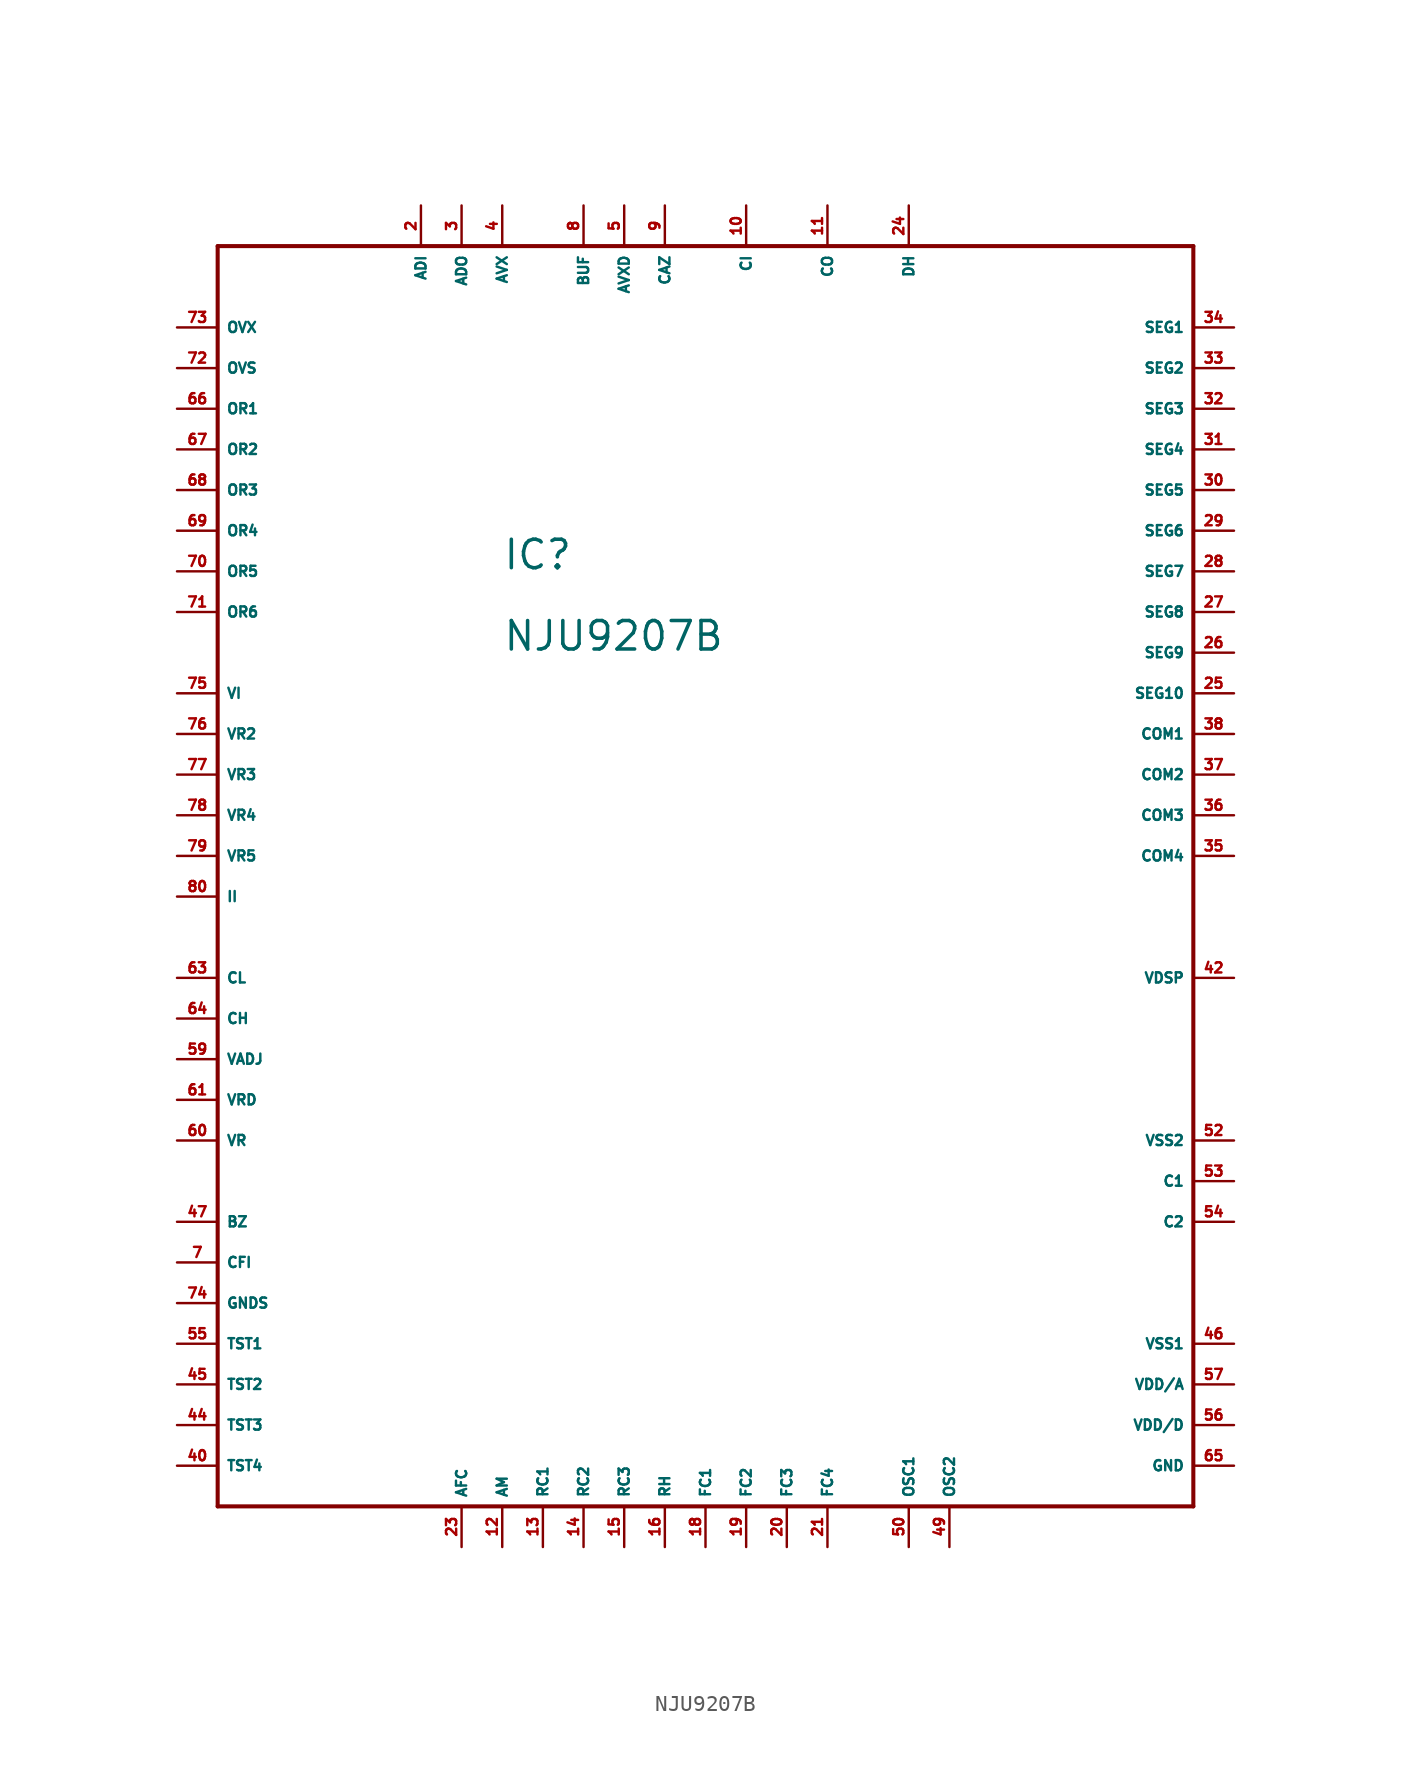
<source format=kicad_sym>
(kicad_symbol_lib
  (version 20220914)
  (generator Eagle2Kicad)
  (symbol "NJU9207B"
    (property "Reference" "IC"
      (at -12.7 17.78 0)
      (effects (font (size 1.778 1.778) (thickness 0.22)) (justify left bottom)))
    (property "Value" "NJU9207B"
      (at -12.7 12.7 0)
      (effects (font (size 1.778 1.778) (thickness 0.22)) (justify left bottom)))
    (polyline
      (pts (xy -30.48 38.1) (xy 30.48 38.1))
      (stroke (width 0.254) (type default))
      (fill (type none)))
    (polyline
      (pts (xy 30.48 38.1) (xy 30.48 -40.64))
      (stroke (width 0.254) (type default))
      (fill (type none)))
    (polyline
      (pts (xy 30.48 -40.64) (xy -30.48 -40.64))
      (stroke (width 0.254) (type default))
      (fill (type none)))
    (polyline
      (pts (xy -30.48 -40.64) (xy -30.48 38.1))
      (stroke (width 0.254) (type default))
      (fill (type none)))
    (pin input line
      (at -33.02 33.02 0)
      (length 2.54)
      (name "OVX" (effects (font (size 0.635 0.635) (thickness 0.08)) (justify left bottom)))
      (number "73" (effects (font (size 0.635 0.635) (thickness 0.08)) (justify left bottom))))
    (pin input line
      (at -33.02 30.48 0)
      (length 2.54)
      (name "OVS" (effects (font (size 0.635 0.635) (thickness 0.08)) (justify left bottom)))
      (number "72" (effects (font (size 0.635 0.635) (thickness 0.08)) (justify left bottom))))
    (pin input line
      (at -33.02 27.94 0)
      (length 2.54)
      (name "OR1" (effects (font (size 0.635 0.635) (thickness 0.08)) (justify left bottom)))
      (number "66" (effects (font (size 0.635 0.635) (thickness 0.08)) (justify left bottom))))
    (pin input line
      (at -33.02 25.4 0)
      (length 2.54)
      (name "OR2" (effects (font (size 0.635 0.635) (thickness 0.08)) (justify left bottom)))
      (number "67" (effects (font (size 0.635 0.635) (thickness 0.08)) (justify left bottom))))
    (pin input line
      (at -33.02 22.86 0)
      (length 2.54)
      (name "OR3" (effects (font (size 0.635 0.635) (thickness 0.08)) (justify left bottom)))
      (number "68" (effects (font (size 0.635 0.635) (thickness 0.08)) (justify left bottom))))
    (pin input line
      (at -33.02 20.32 0)
      (length 2.54)
      (name "OR4" (effects (font (size 0.635 0.635) (thickness 0.08)) (justify left bottom)))
      (number "69" (effects (font (size 0.635 0.635) (thickness 0.08)) (justify left bottom))))
    (pin input line
      (at -33.02 17.78 0)
      (length 2.54)
      (name "OR5" (effects (font (size 0.635 0.635) (thickness 0.08)) (justify left bottom)))
      (number "70" (effects (font (size 0.635 0.635) (thickness 0.08)) (justify left bottom))))
    (pin input line
      (at -33.02 15.24 0)
      (length 2.54)
      (name "OR6" (effects (font (size 0.635 0.635) (thickness 0.08)) (justify left bottom)))
      (number "71" (effects (font (size 0.635 0.635) (thickness 0.08)) (justify left bottom))))
    (pin input line
      (at -33.02 10.16 0)
      (length 2.54)
      (name "VI" (effects (font (size 0.635 0.635) (thickness 0.08)) (justify left bottom)))
      (number "75" (effects (font (size 0.635 0.635) (thickness 0.08)) (justify left bottom))))
    (pin input line
      (at -33.02 7.62 0)
      (length 2.54)
      (name "VR2" (effects (font (size 0.635 0.635) (thickness 0.08)) (justify left bottom)))
      (number "76" (effects (font (size 0.635 0.635) (thickness 0.08)) (justify left bottom))))
    (pin input line
      (at -33.02 5.08 0)
      (length 2.54)
      (name "VR3" (effects (font (size 0.635 0.635) (thickness 0.08)) (justify left bottom)))
      (number "77" (effects (font (size 0.635 0.635) (thickness 0.08)) (justify left bottom))))
    (pin input line
      (at -33.02 2.54 0)
      (length 2.54)
      (name "VR4" (effects (font (size 0.635 0.635) (thickness 0.08)) (justify left bottom)))
      (number "78" (effects (font (size 0.635 0.635) (thickness 0.08)) (justify left bottom))))
    (pin input line
      (at -33.02 0 0)
      (length 2.54)
      (name "VR5" (effects (font (size 0.635 0.635) (thickness 0.08)) (justify left bottom)))
      (number "79" (effects (font (size 0.635 0.635) (thickness 0.08)) (justify left bottom))))
    (pin input line
      (at -33.02 -2.54 0)
      (length 2.54)
      (name "II" (effects (font (size 0.635 0.635) (thickness 0.08)) (justify left bottom)))
      (number "80" (effects (font (size 0.635 0.635) (thickness 0.08)) (justify left bottom))))
    (pin input line
      (at -33.02 -7.62 0)
      (length 2.54)
      (name "CL" (effects (font (size 0.635 0.635) (thickness 0.08)) (justify left bottom)))
      (number "63" (effects (font (size 0.635 0.635) (thickness 0.08)) (justify left bottom))))
    (pin input line
      (at -33.02 -10.16 0)
      (length 2.54)
      (name "CH" (effects (font (size 0.635 0.635) (thickness 0.08)) (justify left bottom)))
      (number "64" (effects (font (size 0.635 0.635) (thickness 0.08)) (justify left bottom))))
    (pin input line
      (at -33.02 -27.94 0)
      (length 2.54)
      (name "GNDS" (effects (font (size 0.635 0.635) (thickness 0.08)) (justify left bottom)))
      (number "74" (effects (font (size 0.635 0.635) (thickness 0.08)) (justify left bottom))))
    (pin input line
      (at -33.02 -30.48 0)
      (length 2.54)
      (name "TST1" (effects (font (size 0.635 0.635) (thickness 0.08)) (justify left bottom)))
      (number "55" (effects (font (size 0.635 0.635) (thickness 0.08)) (justify left bottom))))
    (pin input line
      (at -33.02 -33.02 0)
      (length 2.54)
      (name "TST2" (effects (font (size 0.635 0.635) (thickness 0.08)) (justify left bottom)))
      (number "45" (effects (font (size 0.635 0.635) (thickness 0.08)) (justify left bottom))))
    (pin input line
      (at -33.02 -35.56 0)
      (length 2.54)
      (name "TST3" (effects (font (size 0.635 0.635) (thickness 0.08)) (justify left bottom)))
      (number "44" (effects (font (size 0.635 0.635) (thickness 0.08)) (justify left bottom))))
    (pin input line
      (at -33.02 -38.1 0)
      (length 2.54)
      (name "TST4" (effects (font (size 0.635 0.635) (thickness 0.08)) (justify left bottom)))
      (number "40" (effects (font (size 0.635 0.635) (thickness 0.08)) (justify left bottom))))
    (pin input line
      (at -15.24 -43.18 90)
      (length 2.54)
      (name "AFC" (effects (font (size 0.635 0.635) (thickness 0.08)) (justify left bottom)))
      (number "23" (effects (font (size 0.635 0.635) (thickness 0.08)) (justify left bottom))))
    (pin input line
      (at -12.7 -43.18 90)
      (length 2.54)
      (name "AM" (effects (font (size 0.635 0.635) (thickness 0.08)) (justify left bottom)))
      (number "12" (effects (font (size 0.635 0.635) (thickness 0.08)) (justify left bottom))))
    (pin input line
      (at -10.16 -43.18 90)
      (length 2.54)
      (name "RC1" (effects (font (size 0.635 0.635) (thickness 0.08)) (justify left bottom)))
      (number "13" (effects (font (size 0.635 0.635) (thickness 0.08)) (justify left bottom))))
    (pin input line
      (at -7.62 -43.18 90)
      (length 2.54)
      (name "RC2" (effects (font (size 0.635 0.635) (thickness 0.08)) (justify left bottom)))
      (number "14" (effects (font (size 0.635 0.635) (thickness 0.08)) (justify left bottom))))
    (pin input line
      (at -5.08 -43.18 90)
      (length 2.54)
      (name "RC3" (effects (font (size 0.635 0.635) (thickness 0.08)) (justify left bottom)))
      (number "15" (effects (font (size 0.635 0.635) (thickness 0.08)) (justify left bottom))))
    (pin input line
      (at -2.54 -43.18 90)
      (length 2.54)
      (name "RH" (effects (font (size 0.635 0.635) (thickness 0.08)) (justify left bottom)))
      (number "16" (effects (font (size 0.635 0.635) (thickness 0.08)) (justify left bottom))))
    (pin input line
      (at 0 -43.18 90)
      (length 2.54)
      (name "FC1" (effects (font (size 0.635 0.635) (thickness 0.08)) (justify left bottom)))
      (number "18" (effects (font (size 0.635 0.635) (thickness 0.08)) (justify left bottom))))
    (pin input line
      (at 2.54 -43.18 90)
      (length 2.54)
      (name "FC2" (effects (font (size 0.635 0.635) (thickness 0.08)) (justify left bottom)))
      (number "19" (effects (font (size 0.635 0.635) (thickness 0.08)) (justify left bottom))))
    (pin input line
      (at 5.08 -43.18 90)
      (length 2.54)
      (name "FC3" (effects (font (size 0.635 0.635) (thickness 0.08)) (justify left bottom)))
      (number "20" (effects (font (size 0.635 0.635) (thickness 0.08)) (justify left bottom))))
    (pin input line
      (at 7.62 -43.18 90)
      (length 2.54)
      (name "FC4" (effects (font (size 0.635 0.635) (thickness 0.08)) (justify left bottom)))
      (number "21" (effects (font (size 0.635 0.635) (thickness 0.08)) (justify left bottom))))
    (pin input line
      (at 12.7 -43.18 90)
      (length 2.54)
      (name "OSC1" (effects (font (size 0.635 0.635) (thickness 0.08)) (justify left bottom)))
      (number "50" (effects (font (size 0.635 0.635) (thickness 0.08)) (justify left bottom))))
    (pin input line
      (at 15.24 -43.18 90)
      (length 2.54)
      (name "OSC2" (effects (font (size 0.635 0.635) (thickness 0.08)) (justify left bottom)))
      (number "49" (effects (font (size 0.635 0.635) (thickness 0.08)) (justify left bottom))))
    (pin unspecified line
      (at 33.02 -38.1 180)
      (length 2.54)
      (name "GND" (effects (font (size 0.635 0.635) (thickness 0.08)) (justify left bottom)))
      (number "65" (effects (font (size 0.635 0.635) (thickness 0.08)) (justify left bottom))))
    (pin unspecified line
      (at 33.02 -35.56 180)
      (length 2.54)
      (name "VDD/D" (effects (font (size 0.635 0.635) (thickness 0.08)) (justify left bottom)))
      (number "56" (effects (font (size 0.635 0.635) (thickness 0.08)) (justify left bottom))))
    (pin unspecified line
      (at 33.02 -33.02 180)
      (length 2.54)
      (name "VDD/A" (effects (font (size 0.635 0.635) (thickness 0.08)) (justify left bottom)))
      (number "57" (effects (font (size 0.635 0.635) (thickness 0.08)) (justify left bottom))))
    (pin unspecified line
      (at 33.02 -30.48 180)
      (length 2.54)
      (name "VSS1" (effects (font (size 0.635 0.635) (thickness 0.08)) (justify left bottom)))
      (number "46" (effects (font (size 0.635 0.635) (thickness 0.08)) (justify left bottom))))
    (pin unspecified line
      (at 33.02 -17.78 180)
      (length 2.54)
      (name "VSS2" (effects (font (size 0.635 0.635) (thickness 0.08)) (justify left bottom)))
      (number "52" (effects (font (size 0.635 0.635) (thickness 0.08)) (justify left bottom))))
    (pin output line
      (at 33.02 -7.62 180)
      (length 2.54)
      (name "VDSP" (effects (font (size 0.635 0.635) (thickness 0.08)) (justify left bottom)))
      (number "42" (effects (font (size 0.635 0.635) (thickness 0.08)) (justify left bottom))))
    (pin output line
      (at 33.02 33.02 180)
      (length 2.54)
      (name "SEG1" (effects (font (size 0.635 0.635) (thickness 0.08)) (justify left bottom)))
      (number "34" (effects (font (size 0.635 0.635) (thickness 0.08)) (justify left bottom))))
    (pin output line
      (at 33.02 30.48 180)
      (length 2.54)
      (name "SEG2" (effects (font (size 0.635 0.635) (thickness 0.08)) (justify left bottom)))
      (number "33" (effects (font (size 0.635 0.635) (thickness 0.08)) (justify left bottom))))
    (pin output line
      (at 33.02 27.94 180)
      (length 2.54)
      (name "SEG3" (effects (font (size 0.635 0.635) (thickness 0.08)) (justify left bottom)))
      (number "32" (effects (font (size 0.635 0.635) (thickness 0.08)) (justify left bottom))))
    (pin output line
      (at 33.02 25.4 180)
      (length 2.54)
      (name "SEG4" (effects (font (size 0.635 0.635) (thickness 0.08)) (justify left bottom)))
      (number "31" (effects (font (size 0.635 0.635) (thickness 0.08)) (justify left bottom))))
    (pin output line
      (at 33.02 22.86 180)
      (length 2.54)
      (name "SEG5" (effects (font (size 0.635 0.635) (thickness 0.08)) (justify left bottom)))
      (number "30" (effects (font (size 0.635 0.635) (thickness 0.08)) (justify left bottom))))
    (pin output line
      (at 33.02 20.32 180)
      (length 2.54)
      (name "SEG6" (effects (font (size 0.635 0.635) (thickness 0.08)) (justify left bottom)))
      (number "29" (effects (font (size 0.635 0.635) (thickness 0.08)) (justify left bottom))))
    (pin output line
      (at 33.02 17.78 180)
      (length 2.54)
      (name "SEG7" (effects (font (size 0.635 0.635) (thickness 0.08)) (justify left bottom)))
      (number "28" (effects (font (size 0.635 0.635) (thickness 0.08)) (justify left bottom))))
    (pin output line
      (at 33.02 15.24 180)
      (length 2.54)
      (name "SEG8" (effects (font (size 0.635 0.635) (thickness 0.08)) (justify left bottom)))
      (number "27" (effects (font (size 0.635 0.635) (thickness 0.08)) (justify left bottom))))
    (pin output line
      (at 33.02 12.7 180)
      (length 2.54)
      (name "SEG9" (effects (font (size 0.635 0.635) (thickness 0.08)) (justify left bottom)))
      (number "26" (effects (font (size 0.635 0.635) (thickness 0.08)) (justify left bottom))))
    (pin output line
      (at 33.02 10.16 180)
      (length 2.54)
      (name "SEG10" (effects (font (size 0.635 0.635) (thickness 0.08)) (justify left bottom)))
      (number "25" (effects (font (size 0.635 0.635) (thickness 0.08)) (justify left bottom))))
    (pin output line
      (at 33.02 7.62 180)
      (length 2.54)
      (name "COM1" (effects (font (size 0.635 0.635) (thickness 0.08)) (justify left bottom)))
      (number "38" (effects (font (size 0.635 0.635) (thickness 0.08)) (justify left bottom))))
    (pin output line
      (at 33.02 5.08 180)
      (length 2.54)
      (name "COM2" (effects (font (size 0.635 0.635) (thickness 0.08)) (justify left bottom)))
      (number "37" (effects (font (size 0.635 0.635) (thickness 0.08)) (justify left bottom))))
    (pin output line
      (at 33.02 2.54 180)
      (length 2.54)
      (name "COM3" (effects (font (size 0.635 0.635) (thickness 0.08)) (justify left bottom)))
      (number "36" (effects (font (size 0.635 0.635) (thickness 0.08)) (justify left bottom))))
    (pin output line
      (at 33.02 0 180)
      (length 2.54)
      (name "COM4" (effects (font (size 0.635 0.635) (thickness 0.08)) (justify left bottom)))
      (number "35" (effects (font (size 0.635 0.635) (thickness 0.08)) (justify left bottom))))
    (pin input line
      (at 12.7 40.64 270)
      (length 2.54)
      (name "DH" (effects (font (size 0.635 0.635) (thickness 0.08)) (justify left bottom)))
      (number "24" (effects (font (size 0.635 0.635) (thickness 0.08)) (justify left bottom))))
    (pin output line
      (at 7.62 40.64 270)
      (length 2.54)
      (name "CO" (effects (font (size 0.635 0.635) (thickness 0.08)) (justify left bottom)))
      (number "11" (effects (font (size 0.635 0.635) (thickness 0.08)) (justify left bottom))))
    (pin input line
      (at 2.54 40.64 270)
      (length 2.54)
      (name "CI" (effects (font (size 0.635 0.635) (thickness 0.08)) (justify left bottom)))
      (number "10" (effects (font (size 0.635 0.635) (thickness 0.08)) (justify left bottom))))
    (pin input line
      (at -2.54 40.64 270)
      (length 2.54)
      (name "CAZ" (effects (font (size 0.635 0.635) (thickness 0.08)) (justify left bottom)))
      (number "9" (effects (font (size 0.635 0.635) (thickness 0.08)) (justify left bottom))))
    (pin input line
      (at -5.08 40.64 270)
      (length 2.54)
      (name "AVXD" (effects (font (size 0.635 0.635) (thickness 0.08)) (justify left bottom)))
      (number "5" (effects (font (size 0.635 0.635) (thickness 0.08)) (justify left bottom))))
    (pin input line
      (at -7.62 40.64 270)
      (length 2.54)
      (name "BUF" (effects (font (size 0.635 0.635) (thickness 0.08)) (justify left bottom)))
      (number "8" (effects (font (size 0.635 0.635) (thickness 0.08)) (justify left bottom))))
    (pin input line
      (at -12.7 40.64 270)
      (length 2.54)
      (name "AVX" (effects (font (size 0.635 0.635) (thickness 0.08)) (justify left bottom)))
      (number "4" (effects (font (size 0.635 0.635) (thickness 0.08)) (justify left bottom))))
    (pin input line
      (at -15.24 40.64 270)
      (length 2.54)
      (name "ADO" (effects (font (size 0.635 0.635) (thickness 0.08)) (justify left bottom)))
      (number "3" (effects (font (size 0.635 0.635) (thickness 0.08)) (justify left bottom))))
    (pin input line
      (at -17.78 40.64 270)
      (length 2.54)
      (name "ADI" (effects (font (size 0.635 0.635) (thickness 0.08)) (justify left bottom)))
      (number "2" (effects (font (size 0.635 0.635) (thickness 0.08)) (justify left bottom))))
    (pin input line
      (at -33.02 -12.7 0)
      (length 2.54)
      (name "VADJ" (effects (font (size 0.635 0.635) (thickness 0.08)) (justify left bottom)))
      (number "59" (effects (font (size 0.635 0.635) (thickness 0.08)) (justify left bottom))))
    (pin input line
      (at -33.02 -15.24 0)
      (length 2.54)
      (name "VRD" (effects (font (size 0.635 0.635) (thickness 0.08)) (justify left bottom)))
      (number "61" (effects (font (size 0.635 0.635) (thickness 0.08)) (justify left bottom))))
    (pin input line
      (at -33.02 -17.78 0)
      (length 2.54)
      (name "VR" (effects (font (size 0.635 0.635) (thickness 0.08)) (justify left bottom)))
      (number "60" (effects (font (size 0.635 0.635) (thickness 0.08)) (justify left bottom))))
    (pin output line
      (at -33.02 -22.86 0)
      (length 2.54)
      (name "BZ" (effects (font (size 0.635 0.635) (thickness 0.08)) (justify left bottom)))
      (number "47" (effects (font (size 0.635 0.635) (thickness 0.08)) (justify left bottom))))
    (pin input line
      (at -33.02 -25.4 0)
      (length 2.54)
      (name "CFI" (effects (font (size 0.635 0.635) (thickness 0.08)) (justify left bottom)))
      (number "7" (effects (font (size 0.635 0.635) (thickness 0.08)) (justify left bottom))))
    (pin unspecified line
      (at 33.02 -20.32 180)
      (length 2.54)
      (name "C1" (effects (font (size 0.635 0.635) (thickness 0.08)) (justify left bottom)))
      (number "53" (effects (font (size 0.635 0.635) (thickness 0.08)) (justify left bottom))))
    (pin unspecified line
      (at 33.02 -22.86 180)
      (length 2.54)
      (name "C2" (effects (font (size 0.635 0.635) (thickness 0.08)) (justify left bottom)))
      (number "54" (effects (font (size 0.635 0.635) (thickness 0.08)) (justify left bottom))))))
</source>
